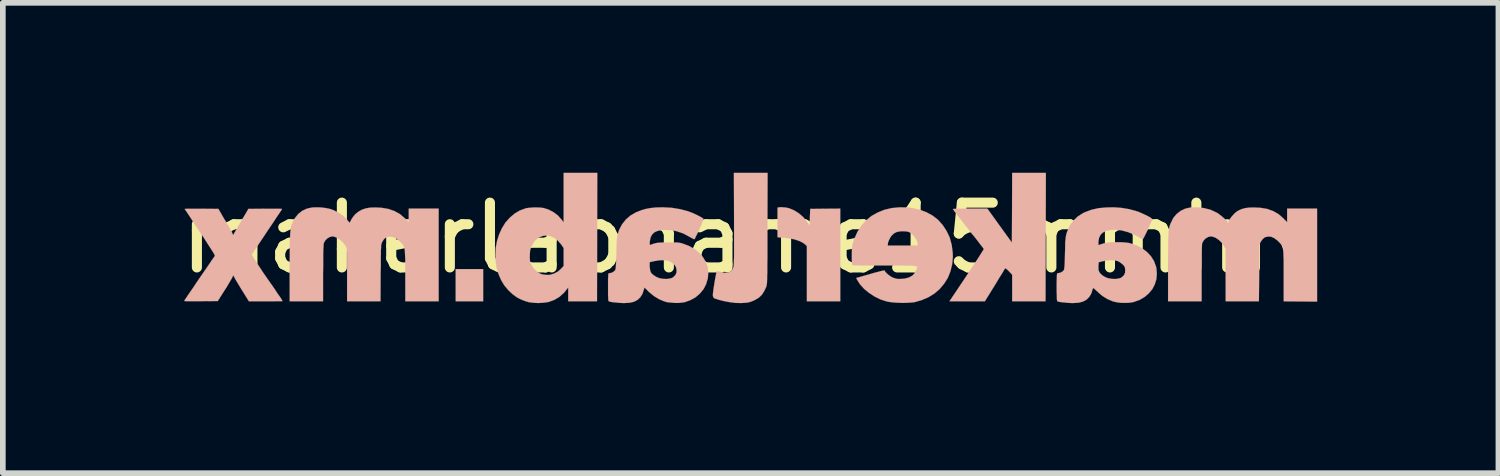
<source format=kicad_pcb>
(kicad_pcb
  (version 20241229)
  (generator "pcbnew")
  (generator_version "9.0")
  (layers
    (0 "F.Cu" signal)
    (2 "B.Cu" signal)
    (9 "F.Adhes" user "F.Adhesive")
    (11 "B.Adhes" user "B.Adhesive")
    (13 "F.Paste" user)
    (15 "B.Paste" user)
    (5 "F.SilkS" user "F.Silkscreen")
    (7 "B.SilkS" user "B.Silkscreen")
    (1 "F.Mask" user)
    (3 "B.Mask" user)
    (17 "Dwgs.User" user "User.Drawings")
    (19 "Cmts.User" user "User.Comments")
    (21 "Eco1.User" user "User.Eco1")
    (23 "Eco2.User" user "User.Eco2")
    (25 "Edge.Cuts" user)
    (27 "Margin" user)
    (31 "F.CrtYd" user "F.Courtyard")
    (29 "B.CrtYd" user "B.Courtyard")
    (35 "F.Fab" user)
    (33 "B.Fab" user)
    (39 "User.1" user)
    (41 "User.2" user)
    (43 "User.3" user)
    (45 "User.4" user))
  (footprint "makerlabname15mmInv"
    (layer "F.Cu")
    (at 10.194 1.149)
    (property "Reference" "makerlabname15mmInv" (at 0 0 0) (layer "F.SilkS") (effects (font (size 1.143 1.143) (thickness 0.178))))
    (attr through_hole)
    (fp_poly (pts (xy -5.204 1.118) (xy -4.961 1.118) (xy -4.719 1.118) (xy -4.719 0.833) (xy -4.719 0.549) (xy -4.961 0.549) (xy -5.204 0.549) (xy -5.204 0.833) (xy -5.204 1.118)) (stroke (width 0.003) (type solid)) (fill yes) (layer "B.SilkS"))
    (fp_poly (pts (xy 0.475 -0.013) (xy 0.572 -0.005) (xy 0.678 0.005) (xy 0.775 0.025) (xy 0.859 0.053) (xy 0.925 0.086) (xy 0.965 0.117) (xy 0.993 0.145) (xy 0.993 0.63) (xy 0.993 1.118) (xy 1.288 1.118) (xy 1.582 1.118) (xy 1.582 0.3) (xy 1.582 -0.518) (xy 1.316 -0.516) (xy 1.052 -0.513) (xy 1.046 -0.363) (xy 1.044 -0.213) (xy 0.998 -0.279) (xy 0.932 -0.366) (xy 0.853 -0.434) (xy 0.767 -0.488) (xy 0.676 -0.526) (xy 0.615 -0.538) (xy 0.572 -0.541) (xy 0.533 -0.544) (xy 0.508 -0.541) (xy 0.475 -0.536) (xy 0.475 -0.274) (xy 0.475 -0.013)) (stroke (width 0.003) (type solid)) (fill yes) (layer "B.SilkS"))
    (fp_poly (pts (xy 3.508 1.118) (xy 3.82 1.118) (xy 4.133 1.118) (xy 4.308 0.836) (xy 4.351 0.765) (xy 4.389 0.701) (xy 4.425 0.645) (xy 4.453 0.599) (xy 4.473 0.564) (xy 4.486 0.544) (xy 4.488 0.541) (xy 4.498 0.536) (xy 4.514 0.546) (xy 4.542 0.572) (xy 4.557 0.587) (xy 4.615 0.648) (xy 4.615 0.881) (xy 4.615 1.118) (xy 4.91 1.118) (xy 5.204 1.118) (xy 5.207 -0.015) (xy 5.21 -1.148) (xy 4.912 -1.148) (xy 4.615 -1.148) (xy 4.613 -0.533) (xy 4.61 0.081) (xy 4.394 -0.218) (xy 4.178 -0.518) (xy 3.873 -0.518) (xy 3.797 -0.518) (xy 3.729 -0.516) (xy 3.668 -0.516) (xy 3.619 -0.513) (xy 3.586 -0.513) (xy 3.571 -0.511) (xy 3.569 -0.511) (xy 3.576 -0.5) (xy 3.594 -0.475) (xy 3.622 -0.439) (xy 3.658 -0.391) (xy 3.703 -0.335) (xy 3.754 -0.269) (xy 3.81 -0.198) (xy 3.84 -0.16) (xy 3.896 -0.086) (xy 3.952 -0.018) (xy 4 0.043) (xy 4.041 0.097) (xy 4.074 0.14) (xy 4.1 0.173) (xy 4.112 0.191) (xy 4.115 0.193) (xy 4.11 0.203) (xy 4.094 0.231) (xy 4.069 0.269) (xy 4.036 0.323) (xy 3.995 0.386) (xy 3.95 0.457) (xy 3.896 0.536) (xy 3.84 0.622) (xy 3.815 0.66) (xy 3.508 1.118)) (stroke (width 0.003) (type solid)) (fill yes) (layer "B.SilkS"))
    (fp_poly (pts (xy -0.665 1.021) (xy -0.66 1.041) (xy -0.648 1.057) (xy -0.63 1.069) (xy -0.602 1.077) (xy -0.564 1.09) (xy -0.556 1.092) (xy -0.465 1.115) (xy -0.366 1.133) (xy -0.264 1.146) (xy -0.168 1.148) (xy -0.084 1.143) (xy -0.043 1.138) (xy 0.01 1.123) (xy 0.071 1.097) (xy 0.124 1.067) (xy 0.15 1.049) (xy 0.198 1.003) (xy 0.239 0.94) (xy 0.272 0.871) (xy 0.277 0.861) (xy 0.279 0.851) (xy 0.282 0.838) (xy 0.284 0.826) (xy 0.287 0.808) (xy 0.29 0.782) (xy 0.29 0.754) (xy 0.292 0.716) (xy 0.292 0.668) (xy 0.295 0.612) (xy 0.295 0.541) (xy 0.295 0.46) (xy 0.297 0.363) (xy 0.297 0.249) (xy 0.297 0.122) (xy 0.297 -0.028) (xy 0.297 -0.168) (xy 0.3 -1.148) (xy 0.003 -1.148) (xy -0.295 -1.148) (xy -0.292 -0.34) (xy -0.292 -0.163) (xy -0.292 -0.008) (xy -0.292 0.13) (xy -0.292 0.244) (xy -0.292 0.338) (xy -0.295 0.411) (xy -0.297 0.465) (xy -0.3 0.498) (xy -0.3 0.508) (xy -0.323 0.559) (xy -0.358 0.594) (xy -0.404 0.612) (xy -0.462 0.615) (xy -0.511 0.605) (xy -0.546 0.594) (xy -0.574 0.589) (xy -0.589 0.587) (xy -0.594 0.589) (xy -0.602 0.602) (xy -0.607 0.627) (xy -0.615 0.665) (xy -0.625 0.719) (xy -0.638 0.792) (xy -0.64 0.81) (xy -0.653 0.886) (xy -0.66 0.945) (xy -0.665 0.988) (xy -0.665 1.021)) (stroke (width 0.003) (type solid)) (fill yes) (layer "B.SilkS"))
    (fp_poly (pts (xy -4.503 0.312) (xy -4.498 0.406) (xy -4.481 0.528) (xy -4.445 0.645) (xy -4.399 0.749) (xy -4.346 0.836) (xy -4.277 0.919) (xy -4.201 0.991) (xy -4.117 1.052) (xy -4.077 1.072) (xy -4.026 1.095) (xy -3.973 1.115) (xy -3.924 1.13) (xy -3.914 1.133) (xy -3.896 1.135) (xy -3.896 0.315) (xy -3.894 0.267) (xy -3.891 0.229) (xy -3.886 0.201) (xy -3.876 0.173) (xy -3.863 0.145) (xy -3.833 0.086) (xy -3.8 0.043) (xy -3.764 0.01) (xy -3.726 -0.013) (xy -3.66 -0.038) (xy -3.592 -0.043) (xy -3.526 -0.03) (xy -3.459 0) (xy -3.399 0.048) (xy -3.345 0.112) (xy -3.34 0.117) (xy -3.299 0.178) (xy -3.299 0.335) (xy -3.299 0.493) (xy -3.343 0.541) (xy -3.399 0.592) (xy -3.465 0.627) (xy -3.533 0.648) (xy -3.574 0.653) (xy -3.619 0.65) (xy -3.668 0.643) (xy -3.691 0.638) (xy -3.749 0.61) (xy -3.802 0.566) (xy -3.848 0.511) (xy -3.866 0.478) (xy -3.881 0.447) (xy -3.889 0.422) (xy -3.894 0.391) (xy -3.896 0.351) (xy -3.896 0.315) (xy -3.896 1.135) (xy -3.835 1.143) (xy -3.749 1.148) (xy -3.663 1.143) (xy -3.584 1.133) (xy -3.561 1.128) (xy -3.462 1.092) (xy -3.373 1.039) (xy -3.294 0.968) (xy -3.246 0.909) (xy -3.218 0.874) (xy -3.218 0.996) (xy -3.218 1.118) (xy -2.964 1.118) (xy -2.71 1.118) (xy -2.708 -0.015) (xy -2.705 -1.148) (xy -3.002 -1.148) (xy -3.299 -1.148) (xy -3.299 -0.711) (xy -3.299 -0.277) (xy -3.343 -0.333) (xy -3.404 -0.401) (xy -3.48 -0.457) (xy -3.569 -0.503) (xy -3.65 -0.528) (xy -3.703 -0.536) (xy -3.767 -0.538) (xy -3.835 -0.538) (xy -3.901 -0.533) (xy -3.957 -0.526) (xy -3.967 -0.523) (xy -4.072 -0.485) (xy -4.166 -0.429) (xy -4.249 -0.358) (xy -4.326 -0.272) (xy -4.387 -0.173) (xy -4.437 -0.064) (xy -4.475 0.056) (xy -4.498 0.18) (xy -4.503 0.312)) (stroke (width 0.003) (type solid)) (fill yes) (layer "B.SilkS"))
    (fp_poly (pts (xy 7.366 1.118) (xy 7.661 1.118) (xy 7.958 1.118) (xy 7.958 0.622) (xy 7.958 0.49) (xy 7.958 0.376) (xy 7.958 0.284) (xy 7.96 0.208) (xy 7.963 0.152) (xy 7.965 0.114) (xy 7.968 0.094) (xy 7.968 0.091) (xy 7.993 0.046) (xy 8.029 0.008) (xy 8.075 -0.018) (xy 8.12 -0.028) (xy 8.146 -0.025) (xy 8.204 -0.005) (xy 8.26 0.033) (xy 8.311 0.081) (xy 8.352 0.137) (xy 8.357 0.147) (xy 8.382 0.196) (xy 8.382 0.655) (xy 8.382 1.118) (xy 8.674 1.118) (xy 8.969 1.118) (xy 8.974 0.617) (xy 8.976 0.119) (xy 8.999 0.069) (xy 9.035 0.02) (xy 9.075 -0.013) (xy 9.126 -0.025) (xy 9.18 -0.023) (xy 9.235 0) (xy 9.291 0.041) (xy 9.304 0.053) (xy 9.327 0.076) (xy 9.347 0.097) (xy 9.362 0.114) (xy 9.375 0.135) (xy 9.385 0.16) (xy 9.393 0.188) (xy 9.398 0.226) (xy 9.401 0.272) (xy 9.403 0.328) (xy 9.406 0.399) (xy 9.406 0.485) (xy 9.406 0.589) (xy 9.406 0.66) (xy 9.406 1.118) (xy 9.7 1.12) (xy 9.995 1.123) (xy 9.995 0.302) (xy 9.995 -0.518) (xy 9.731 -0.518) (xy 9.467 -0.518) (xy 9.467 -0.399) (xy 9.467 -0.279) (xy 9.395 -0.351) (xy 9.314 -0.422) (xy 9.22 -0.475) (xy 9.114 -0.513) (xy 8.994 -0.533) (xy 8.882 -0.538) (xy 8.796 -0.536) (xy 8.722 -0.526) (xy 8.659 -0.508) (xy 8.6 -0.48) (xy 8.57 -0.46) (xy 8.539 -0.434) (xy 8.509 -0.401) (xy 8.479 -0.366) (xy 8.453 -0.33) (xy 8.438 -0.3) (xy 8.433 -0.284) (xy 8.428 -0.272) (xy 8.423 -0.269) (xy 8.412 -0.277) (xy 8.412 -0.279) (xy 8.405 -0.295) (xy 8.385 -0.318) (xy 8.354 -0.348) (xy 8.319 -0.378) (xy 8.28 -0.409) (xy 8.247 -0.434) (xy 8.225 -0.447) (xy 8.115 -0.498) (xy 7.998 -0.528) (xy 7.877 -0.541) (xy 7.762 -0.538) (xy 7.671 -0.518) (xy 7.59 -0.48) (xy 7.518 -0.424) (xy 7.46 -0.356) (xy 7.435 -0.307) (xy 7.422 -0.279) (xy 7.409 -0.254) (xy 7.399 -0.226) (xy 7.391 -0.198) (xy 7.384 -0.165) (xy 7.379 -0.124) (xy 7.376 -0.079) (xy 7.371 -0.025) (xy 7.371 0.041) (xy 7.369 0.122) (xy 7.369 0.213) (xy 7.366 0.325) (xy 7.366 0.452) (xy 7.366 0.523) (xy 7.366 1.118)) (stroke (width 0.003) (type solid)) (fill yes) (layer "B.SilkS"))
    (fp_poly (pts (xy -9.995 1.11) (xy -9.985 1.113) (xy -9.957 1.115) (xy -9.914 1.115) (xy -9.858 1.115) (xy -9.789 1.115) (xy -9.716 1.115) (xy -9.698 1.115) (xy -9.401 1.113) (xy -9.284 0.927) (xy -9.246 0.869) (xy -9.213 0.813) (xy -9.185 0.765) (xy -9.162 0.726) (xy -9.149 0.704) (xy -9.147 0.699) (xy -9.129 0.658) (xy -9.103 0.706) (xy -9.091 0.729) (xy -9.068 0.767) (xy -9.04 0.813) (xy -9.007 0.869) (xy -8.971 0.927) (xy -8.966 0.935) (xy -8.852 1.118) (xy -8.555 1.118) (xy -8.479 1.118) (xy -8.41 1.118) (xy -8.349 1.115) (xy -8.303 1.115) (xy -8.27 1.115) (xy -8.258 1.113) (xy -8.263 1.105) (xy -8.278 1.079) (xy -8.303 1.041) (xy -8.339 0.991) (xy -8.379 0.93) (xy -8.425 0.861) (xy -8.479 0.785) (xy -8.532 0.709) (xy -8.603 0.607) (xy -8.661 0.518) (xy -8.712 0.442) (xy -8.75 0.381) (xy -8.778 0.335) (xy -8.796 0.307) (xy -8.801 0.292) (xy -8.793 0.282) (xy -8.776 0.254) (xy -8.75 0.213) (xy -8.715 0.163) (xy -8.674 0.099) (xy -8.626 0.028) (xy -8.575 -0.048) (xy -8.532 -0.114) (xy -8.476 -0.196) (xy -8.425 -0.272) (xy -8.382 -0.338) (xy -8.341 -0.399) (xy -8.308 -0.447) (xy -8.285 -0.483) (xy -8.27 -0.505) (xy -8.268 -0.513) (xy -8.278 -0.513) (xy -8.306 -0.516) (xy -8.349 -0.516) (xy -8.405 -0.516) (xy -8.471 -0.516) (xy -8.547 -0.516) (xy -8.565 -0.516) (xy -8.862 -0.513) (xy -8.91 -0.429) (xy -8.933 -0.391) (xy -8.964 -0.34) (xy -8.997 -0.282) (xy -9.032 -0.221) (xy -9.045 -0.198) (xy -9.131 -0.051) (xy -9.147 -0.089) (xy -9.159 -0.112) (xy -9.177 -0.145) (xy -9.202 -0.193) (xy -9.235 -0.246) (xy -9.268 -0.305) (xy -9.279 -0.32) (xy -9.39 -0.513) (xy -9.688 -0.516) (xy -9.764 -0.516) (xy -9.832 -0.516) (xy -9.891 -0.516) (xy -9.939 -0.516) (xy -9.97 -0.513) (xy -9.985 -0.513) (xy -9.98 -0.503) (xy -9.962 -0.478) (xy -9.936 -0.439) (xy -9.903 -0.389) (xy -9.863 -0.328) (xy -9.817 -0.257) (xy -9.766 -0.18) (xy -9.716 -0.104) (xy -9.655 -0.013) (xy -9.601 0.069) (xy -9.555 0.142) (xy -9.515 0.203) (xy -9.484 0.251) (xy -9.464 0.287) (xy -9.454 0.307) (xy -9.454 0.312) (xy -9.459 0.325) (xy -9.477 0.351) (xy -9.505 0.389) (xy -9.54 0.442) (xy -9.581 0.503) (xy -9.629 0.572) (xy -9.682 0.648) (xy -9.728 0.716) (xy -9.782 0.795) (xy -9.832 0.871) (xy -9.878 0.937) (xy -9.919 0.996) (xy -9.952 1.046) (xy -9.977 1.082) (xy -9.99 1.105) (xy -9.995 1.11)) (stroke (width 0.003) (type solid)) (fill yes) (layer "B.SilkS"))
    (fp_poly (pts (xy 1.786 0.315) (xy 1.786 0.371) (xy 1.788 0.417) (xy 1.791 0.452) (xy 1.793 0.472) (xy 1.793 0.475) (xy 1.801 0.478) (xy 1.819 0.48) (xy 1.852 0.48) (xy 1.895 0.483) (xy 1.956 0.485) (xy 2.032 0.485) (xy 2.123 0.485) (xy 2.235 0.485) (xy 2.367 0.485) (xy 2.37 0.485) (xy 2.421 0.485) (xy 2.421 0.135) (xy 2.421 0.107) (xy 2.428 0.071) (xy 2.446 0.028) (xy 2.469 -0.015) (xy 2.492 -0.046) (xy 2.535 -0.084) (xy 2.583 -0.107) (xy 2.642 -0.117) (xy 2.685 -0.119) (xy 2.733 -0.117) (xy 2.771 -0.112) (xy 2.799 -0.102) (xy 2.812 -0.097) (xy 2.855 -0.064) (xy 2.896 -0.02) (xy 2.926 0.028) (xy 2.946 0.079) (xy 2.949 0.107) (xy 2.949 0.135) (xy 2.685 0.135) (xy 2.421 0.135) (xy 2.421 0.485) (xy 2.494 0.485) (xy 2.601 0.485) (xy 2.687 0.485) (xy 2.761 0.488) (xy 2.817 0.488) (xy 2.86 0.49) (xy 2.893 0.493) (xy 2.916 0.498) (xy 2.931 0.503) (xy 2.939 0.508) (xy 2.939 0.518) (xy 2.936 0.528) (xy 2.934 0.541) (xy 2.929 0.556) (xy 2.926 0.559) (xy 2.898 0.617) (xy 2.855 0.663) (xy 2.797 0.696) (xy 2.723 0.716) (xy 2.67 0.721) (xy 2.619 0.724) (xy 2.581 0.721) (xy 2.545 0.711) (xy 2.52 0.704) (xy 2.479 0.683) (xy 2.438 0.655) (xy 2.403 0.625) (xy 2.377 0.597) (xy 2.367 0.579) (xy 2.362 0.574) (xy 2.352 0.574) (xy 2.332 0.577) (xy 2.299 0.584) (xy 2.253 0.597) (xy 2.192 0.612) (xy 2.113 0.635) (xy 1.864 0.706) (xy 1.877 0.734) (xy 1.93 0.818) (xy 2.002 0.897) (xy 2.088 0.968) (xy 2.184 1.031) (xy 2.286 1.082) (xy 2.395 1.118) (xy 2.454 1.13) (xy 2.525 1.138) (xy 2.606 1.143) (xy 2.692 1.146) (xy 2.771 1.143) (xy 2.845 1.138) (xy 2.891 1.133) (xy 3.018 1.097) (xy 3.137 1.046) (xy 3.244 0.98) (xy 3.335 0.902) (xy 3.414 0.808) (xy 3.48 0.704) (xy 3.526 0.589) (xy 3.556 0.465) (xy 3.569 0.335) (xy 3.566 0.259) (xy 3.548 0.119) (xy 3.513 -0.008) (xy 3.459 -0.122) (xy 3.391 -0.226) (xy 3.31 -0.318) (xy 3.213 -0.394) (xy 3.101 -0.455) (xy 2.979 -0.5) (xy 2.845 -0.528) (xy 2.776 -0.538) (xy 2.629 -0.541) (xy 2.492 -0.528) (xy 2.362 -0.498) (xy 2.243 -0.45) (xy 2.134 -0.389) (xy 2.037 -0.31) (xy 1.956 -0.218) (xy 1.887 -0.112) (xy 1.834 0.005) (xy 1.808 0.084) (xy 1.798 0.124) (xy 1.791 0.165) (xy 1.788 0.208) (xy 1.786 0.264) (xy 1.786 0.315)) (stroke (width 0.003) (type solid)) (fill yes) (layer "B.SilkS"))
    (fp_poly (pts (xy -8.133 1.118) (xy -7.838 1.118) (xy -7.544 1.118) (xy -7.544 0.622) (xy -7.541 0.49) (xy -7.541 0.376) (xy -7.541 0.284) (xy -7.539 0.208) (xy -7.536 0.152) (xy -7.534 0.114) (xy -7.531 0.094) (xy -7.531 0.091) (xy -7.506 0.046) (xy -7.47 0.008) (xy -7.424 -0.018) (xy -7.379 -0.028) (xy -7.353 -0.025) (xy -7.3 -0.005) (xy -7.244 0.03) (xy -7.193 0.076) (xy -7.15 0.132) (xy -7.14 0.15) (xy -7.135 0.16) (xy -7.13 0.17) (xy -7.127 0.185) (xy -7.125 0.203) (xy -7.122 0.229) (xy -7.12 0.262) (xy -7.12 0.305) (xy -7.12 0.361) (xy -7.12 0.432) (xy -7.12 0.521) (xy -7.12 0.625) (xy -7.12 0.653) (xy -7.12 1.118) (xy -6.825 1.118) (xy -6.53 1.118) (xy -6.528 0.617) (xy -6.525 0.503) (xy -6.525 0.409) (xy -6.525 0.33) (xy -6.523 0.264) (xy -6.523 0.216) (xy -6.52 0.175) (xy -6.52 0.145) (xy -6.518 0.124) (xy -6.513 0.107) (xy -6.51 0.094) (xy -6.505 0.081) (xy -6.5 0.071) (xy -6.5 0.069) (xy -6.467 0.018) (xy -6.426 -0.013) (xy -6.378 -0.025) (xy -6.32 -0.02) (xy -6.304 -0.015) (xy -6.264 0) (xy -6.228 0.023) (xy -6.193 0.056) (xy -6.17 0.079) (xy -6.152 0.097) (xy -6.137 0.114) (xy -6.124 0.135) (xy -6.114 0.157) (xy -6.106 0.185) (xy -6.101 0.221) (xy -6.099 0.264) (xy -6.096 0.32) (xy -6.093 0.389) (xy -6.093 0.472) (xy -6.093 0.572) (xy -6.093 0.655) (xy -6.093 1.118) (xy -5.799 1.118) (xy -5.504 1.118) (xy -5.504 0.3) (xy -5.504 -0.518) (xy -5.768 -0.518) (xy -6.032 -0.518) (xy -6.032 -0.399) (xy -6.032 -0.279) (xy -6.104 -0.351) (xy -6.187 -0.422) (xy -6.284 -0.475) (xy -6.393 -0.513) (xy -6.513 -0.533) (xy -6.612 -0.538) (xy -6.708 -0.536) (xy -6.787 -0.523) (xy -6.855 -0.5) (xy -6.916 -0.467) (xy -6.972 -0.422) (xy -6.98 -0.414) (xy -7.01 -0.378) (xy -7.036 -0.34) (xy -7.048 -0.32) (xy -7.061 -0.292) (xy -7.074 -0.274) (xy -7.076 -0.269) (xy -7.084 -0.277) (xy -7.099 -0.297) (xy -7.107 -0.307) (xy -7.15 -0.356) (xy -7.209 -0.406) (xy -7.28 -0.45) (xy -7.353 -0.488) (xy -7.422 -0.513) (xy -7.493 -0.528) (xy -7.572 -0.538) (xy -7.656 -0.541) (xy -7.732 -0.538) (xy -7.737 -0.538) (xy -7.828 -0.518) (xy -7.91 -0.48) (xy -7.981 -0.424) (xy -8.039 -0.353) (xy -8.065 -0.307) (xy -8.077 -0.279) (xy -8.09 -0.254) (xy -8.1 -0.226) (xy -8.108 -0.198) (xy -8.113 -0.165) (xy -8.118 -0.124) (xy -8.123 -0.079) (xy -8.125 -0.023) (xy -8.128 0.043) (xy -8.131 0.124) (xy -8.131 0.218) (xy -8.131 0.33) (xy -8.133 0.46) (xy -8.133 0.526) (xy -8.133 1.118)) (stroke (width 0.003) (type solid)) (fill yes) (layer "B.SilkS"))
    (fp_poly (pts (xy -2.515 0.869) (xy -2.515 0.947) (xy -2.515 1.006) (xy -2.512 1.052) (xy -2.512 1.082) (xy -2.51 1.102) (xy -2.504 1.113) (xy -2.499 1.12) (xy -2.497 1.12) (xy -2.464 1.128) (xy -2.416 1.135) (xy -2.36 1.14) (xy -2.301 1.146) (xy -2.248 1.148) (xy -2.228 1.148) (xy -2.134 1.143) (xy -2.057 1.125) (xy -1.994 1.092) (xy -1.946 1.046) (xy -1.908 0.986) (xy -1.885 0.914) (xy -1.872 0.874) (xy -1.793 0.953) (xy -1.781 0.963) (xy -1.781 0.498) (xy -1.781 0.427) (xy -1.704 0.409) (xy -1.628 0.396) (xy -1.554 0.391) (xy -1.488 0.396) (xy -1.438 0.409) (xy -1.384 0.437) (xy -1.344 0.472) (xy -1.316 0.516) (xy -1.306 0.564) (xy -1.308 0.61) (xy -1.326 0.653) (xy -1.361 0.688) (xy -1.384 0.704) (xy -1.427 0.716) (xy -1.481 0.724) (xy -1.542 0.721) (xy -1.6 0.711) (xy -1.61 0.709) (xy -1.661 0.688) (xy -1.709 0.658) (xy -1.748 0.625) (xy -1.763 0.599) (xy -1.773 0.569) (xy -1.778 0.523) (xy -1.781 0.498) (xy -1.781 0.963) (xy -1.707 1.024) (xy -1.618 1.079) (xy -1.524 1.118) (xy -1.473 1.133) (xy -1.407 1.14) (xy -1.336 1.146) (xy -1.265 1.146) (xy -1.201 1.138) (xy -1.163 1.133) (xy -1.062 1.097) (xy -0.97 1.046) (xy -0.894 0.98) (xy -0.831 0.904) (xy -0.785 0.815) (xy -0.757 0.719) (xy -0.754 0.706) (xy -0.747 0.605) (xy -0.759 0.511) (xy -0.792 0.419) (xy -0.841 0.338) (xy -0.907 0.262) (xy -0.988 0.196) (xy -1.085 0.142) (xy -1.189 0.102) (xy -1.222 0.091) (xy -1.25 0.086) (xy -1.28 0.081) (xy -1.318 0.079) (xy -1.369 0.079) (xy -1.435 0.079) (xy -1.448 0.079) (xy -1.524 0.079) (xy -1.582 0.081) (xy -1.631 0.084) (xy -1.674 0.091) (xy -1.712 0.102) (xy -1.755 0.117) (xy -1.765 0.122) (xy -1.775 0.122) (xy -1.778 0.114) (xy -1.781 0.097) (xy -1.778 0.058) (xy -1.765 -0.008) (xy -1.74 -0.058) (xy -1.699 -0.099) (xy -1.643 -0.124) (xy -1.572 -0.14) (xy -1.529 -0.142) (xy -1.415 -0.14) (xy -1.303 -0.119) (xy -1.191 -0.081) (xy -1.077 -0.02) (xy -1.069 -0.015) (xy -1.031 0.005) (xy -1.008 0.018) (xy -0.993 0.02) (xy -0.986 0.015) (xy -0.983 0.013) (xy -0.968 -0.023) (xy -0.945 -0.066) (xy -0.922 -0.114) (xy -0.899 -0.168) (xy -0.876 -0.218) (xy -0.859 -0.264) (xy -0.843 -0.302) (xy -0.833 -0.328) (xy -0.831 -0.338) (xy -0.843 -0.348) (xy -0.871 -0.366) (xy -0.909 -0.386) (xy -0.955 -0.409) (xy -1.003 -0.432) (xy -1.052 -0.452) (xy -1.095 -0.467) (xy -1.097 -0.47) (xy -1.242 -0.508) (xy -1.394 -0.533) (xy -1.549 -0.541) (xy -1.674 -0.538) (xy -1.765 -0.528) (xy -1.847 -0.513) (xy -1.918 -0.493) (xy -1.991 -0.465) (xy -2.027 -0.45) (xy -2.123 -0.394) (xy -2.202 -0.325) (xy -2.268 -0.241) (xy -2.319 -0.145) (xy -2.344 -0.069) (xy -2.349 -0.041) (xy -2.355 -0.008) (xy -2.36 0.038) (xy -2.362 0.094) (xy -2.365 0.168) (xy -2.367 0.257) (xy -2.367 0.269) (xy -2.37 0.361) (xy -2.372 0.434) (xy -2.377 0.49) (xy -2.38 0.528) (xy -2.385 0.556) (xy -2.388 0.566) (xy -2.41 0.589) (xy -2.443 0.61) (xy -2.479 0.62) (xy -2.494 0.62) (xy -2.499 0.622) (xy -2.504 0.625) (xy -2.51 0.635) (xy -2.512 0.65) (xy -2.512 0.678) (xy -2.515 0.716) (xy -2.515 0.772) (xy -2.515 0.846) (xy -2.515 0.869)) (stroke (width 0.003) (type solid)) (fill yes) (layer "B.SilkS"))
    (fp_poly (pts (xy 5.4 0.869) (xy 5.4 0.947) (xy 5.403 1.006) (xy 5.403 1.052) (xy 5.405 1.082) (xy 5.408 1.102) (xy 5.41 1.113) (xy 5.415 1.12) (xy 5.42 1.12) (xy 5.453 1.128) (xy 5.499 1.135) (xy 5.558 1.14) (xy 5.616 1.146) (xy 5.669 1.148) (xy 5.69 1.148) (xy 5.784 1.143) (xy 5.862 1.123) (xy 5.926 1.09) (xy 5.974 1.041) (xy 6.012 0.98) (xy 6.035 0.902) (xy 6.038 0.899) (xy 6.04 0.889) (xy 6.045 0.884) (xy 6.055 0.889) (xy 6.073 0.904) (xy 6.101 0.93) (xy 6.124 0.95) (xy 6.137 0.963) (xy 6.137 0.516) (xy 6.137 0.498) (xy 6.142 0.429) (xy 6.208 0.411) (xy 6.274 0.399) (xy 6.342 0.391) (xy 6.411 0.394) (xy 6.467 0.404) (xy 6.507 0.422) (xy 6.551 0.455) (xy 6.558 0.46) (xy 6.584 0.485) (xy 6.599 0.508) (xy 6.607 0.533) (xy 6.609 0.559) (xy 6.607 0.615) (xy 6.586 0.66) (xy 6.548 0.693) (xy 6.533 0.704) (xy 6.49 0.716) (xy 6.434 0.724) (xy 6.373 0.721) (xy 6.314 0.711) (xy 6.304 0.709) (xy 6.253 0.688) (xy 6.205 0.658) (xy 6.167 0.622) (xy 6.152 0.599) (xy 6.139 0.566) (xy 6.137 0.516) (xy 6.137 0.963) (xy 6.205 1.021) (xy 6.294 1.077) (xy 6.391 1.118) (xy 6.452 1.133) (xy 6.523 1.143) (xy 6.601 1.146) (xy 6.678 1.143) (xy 6.746 1.133) (xy 6.764 1.128) (xy 6.866 1.092) (xy 6.955 1.039) (xy 7.028 0.975) (xy 7.089 0.902) (xy 7.132 0.818) (xy 7.16 0.726) (xy 7.168 0.63) (xy 7.16 0.528) (xy 7.15 0.495) (xy 7.117 0.406) (xy 7.066 0.325) (xy 6.998 0.251) (xy 6.916 0.188) (xy 6.822 0.137) (xy 6.718 0.099) (xy 6.665 0.086) (xy 6.601 0.079) (xy 6.528 0.074) (xy 6.449 0.074) (xy 6.37 0.076) (xy 6.299 0.084) (xy 6.238 0.094) (xy 6.21 0.102) (xy 6.177 0.112) (xy 6.152 0.122) (xy 6.139 0.124) (xy 6.137 0.114) (xy 6.137 0.091) (xy 6.137 0.064) (xy 6.149 -0.003) (xy 6.175 -0.056) (xy 6.213 -0.094) (xy 6.266 -0.122) (xy 6.335 -0.14) (xy 6.421 -0.145) (xy 6.426 -0.145) (xy 6.54 -0.135) (xy 6.657 -0.104) (xy 6.777 -0.056) (xy 6.85 -0.015) (xy 6.881 0.003) (xy 6.906 0.015) (xy 6.919 0.02) (xy 6.927 0.013) (xy 6.942 -0.013) (xy 6.96 -0.048) (xy 6.982 -0.094) (xy 7.005 -0.142) (xy 7.028 -0.193) (xy 7.048 -0.241) (xy 7.066 -0.282) (xy 7.079 -0.315) (xy 7.084 -0.333) (xy 7.084 -0.335) (xy 7.071 -0.348) (xy 7.046 -0.366) (xy 7.008 -0.386) (xy 6.962 -0.409) (xy 6.911 -0.432) (xy 6.866 -0.452) (xy 6.822 -0.47) (xy 6.817 -0.47) (xy 6.683 -0.508) (xy 6.546 -0.531) (xy 6.408 -0.541) (xy 6.271 -0.538) (xy 6.139 -0.526) (xy 6.015 -0.498) (xy 5.905 -0.457) (xy 5.862 -0.437) (xy 5.771 -0.378) (xy 5.695 -0.305) (xy 5.634 -0.221) (xy 5.588 -0.119) (xy 5.578 -0.089) (xy 5.57 -0.064) (xy 5.565 -0.036) (xy 5.56 -0.01) (xy 5.558 0.023) (xy 5.552 0.064) (xy 5.55 0.117) (xy 5.55 0.183) (xy 5.547 0.267) (xy 5.547 0.269) (xy 5.545 0.361) (xy 5.542 0.434) (xy 5.54 0.49) (xy 5.535 0.528) (xy 5.532 0.556) (xy 5.527 0.566) (xy 5.507 0.589) (xy 5.471 0.61) (xy 5.436 0.62) (xy 5.423 0.62) (xy 5.415 0.622) (xy 5.41 0.625) (xy 5.408 0.635) (xy 5.405 0.65) (xy 5.403 0.678) (xy 5.403 0.716) (xy 5.4 0.772) (xy 5.4 0.846) (xy 5.4 0.869)) (stroke (width 0.003) (type solid)) (fill yes) (layer "B.SilkS")))
  (gr_rect
    (start -3 -3)
    (end 23.389 5.299)
    (stroke (width 0.1) (type default))
    (fill no)
    (layer "Edge.Cuts")))
</source>
